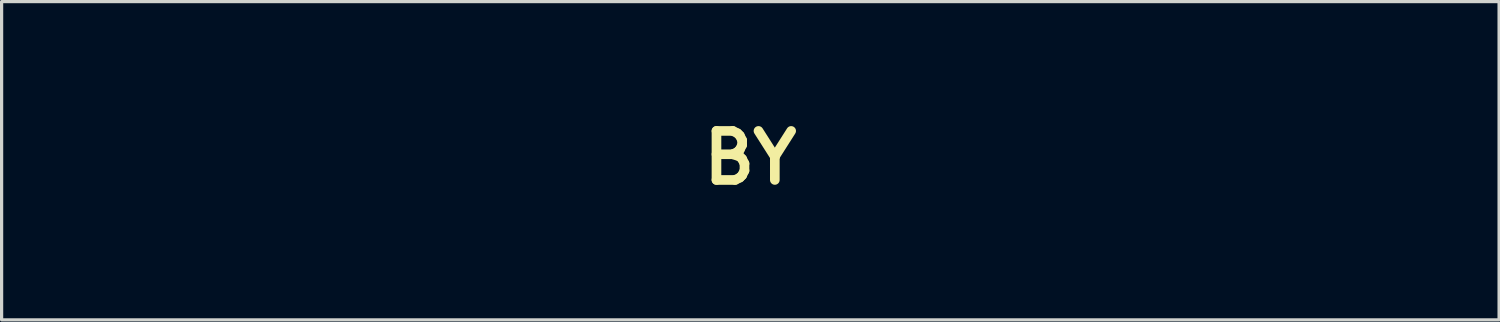
<source format=kicad_pcb>
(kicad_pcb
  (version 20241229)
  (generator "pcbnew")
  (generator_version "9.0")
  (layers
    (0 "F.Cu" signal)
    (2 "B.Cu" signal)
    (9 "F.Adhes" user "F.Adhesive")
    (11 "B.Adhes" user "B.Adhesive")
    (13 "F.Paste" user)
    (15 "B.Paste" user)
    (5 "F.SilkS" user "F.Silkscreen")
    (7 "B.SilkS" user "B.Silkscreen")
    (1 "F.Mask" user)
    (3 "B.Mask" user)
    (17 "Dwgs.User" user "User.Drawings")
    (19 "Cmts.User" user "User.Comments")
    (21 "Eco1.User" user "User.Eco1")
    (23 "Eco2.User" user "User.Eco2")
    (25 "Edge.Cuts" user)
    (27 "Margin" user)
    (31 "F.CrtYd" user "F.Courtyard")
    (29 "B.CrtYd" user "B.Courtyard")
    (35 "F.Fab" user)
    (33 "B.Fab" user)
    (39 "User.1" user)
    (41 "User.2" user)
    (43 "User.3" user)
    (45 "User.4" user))
  (footprint "BY"
    (layer "F.Cu")
    (at 20.277 1.855)
    (property "Reference" "BY" (at 0 0 0) (layer "F.SilkS") (effects (font (size 1.524 1.524) (thickness 0.3))))
    (attr through_hole)
    (fp_poly (pts (xy -19.027 2.032) (xy -19.235 2.032) (xy -19.235 0.462) (xy -19.027 0.462) (xy -19.027 2.032)) (stroke (width 0.01) (type solid)) (fill yes) (layer "F.Mask"))
    (fp_poly (pts (xy 1.732 2.032) (xy 1.524 2.032) (xy 1.524 0.462) (xy 1.732 0.462) (xy 1.732 2.032)) (stroke (width 0.01) (type solid)) (fill yes) (layer "F.Mask"))
    (fp_poly (pts (xy 2.009 -0.277) (xy 1.801 -0.277) (xy 1.801 -1.847) (xy 2.009 -1.847) (xy 2.009 -0.277)) (stroke (width 0.01) (type solid)) (fill yes) (layer "F.Mask"))
    (fp_poly (pts (xy 2.494 -0.277) (xy 2.286 -0.277) (xy 2.286 -1.847) (xy 2.494 -1.847) (xy 2.494 -0.277)) (stroke (width 0.01) (type solid)) (fill yes) (layer "F.Mask"))
    (fp_poly (pts (xy 9.144 2.032) (xy 8.936 2.032) (xy 8.936 0.462) (xy 9.144 0.462) (xy 9.144 2.032)) (stroke (width 0.01) (type solid)) (fill yes) (layer "F.Mask"))
    (fp_poly (pts (xy 16.302 2.032) (xy 16.094 2.032) (xy 16.094 0.462) (xy 16.302 0.462) (xy 16.302 2.032)) (stroke (width 0.01) (type solid)) (fill yes) (layer "F.Mask"))
    (fp_poly (pts (xy 2.217 1.87) (xy 2.609 1.87) (xy 2.609 2.032) (xy 1.986 2.032) (xy 1.986 0.462) (xy 2.217 0.462) (xy 2.217 1.87)) (stroke (width 0.01) (type solid)) (fill yes) (layer "F.Mask"))
    (fp_poly (pts (xy 3.371 0.623) (xy 3.094 0.623) (xy 3.094 2.032) (xy 2.863 2.032) (xy 2.863 0.623) (xy 2.586 0.623) (xy 2.586 0.462) (xy 3.371 0.462) (xy 3.371 0.623)) (stroke (width 0.01) (type solid)) (fill yes) (layer "F.Mask"))
    (fp_poly (pts (xy 7.805 0.623) (xy 7.528 0.623) (xy 7.528 2.032) (xy 7.297 2.032) (xy 7.297 0.623) (xy 7.02 0.623) (xy 7.02 0.462) (xy 7.805 0.462) (xy 7.805 0.623)) (stroke (width 0.01) (type solid)) (fill yes) (layer "F.Mask"))
    (fp_poly (pts (xy 10.968 0.623) (xy 10.691 0.623) (xy 10.691 2.032) (xy 10.46 2.032) (xy 10.46 0.623) (xy 10.183 0.623) (xy 10.183 0.462) (xy 10.968 0.462) (xy 10.968 0.623)) (stroke (width 0.01) (type solid)) (fill yes) (layer "F.Mask"))
    (fp_poly (pts (xy -6.558 0.623) (xy -6.927 0.623) (xy -6.927 1.131) (xy -6.627 1.131) (xy -6.627 1.293) (xy -6.927 1.293) (xy -6.927 2.032) (xy -7.158 2.032) (xy -7.158 0.462) (xy -6.558 0.462) (xy -6.558 0.623)) (stroke (width 0.01) (type solid)) (fill yes) (layer "F.Mask"))
    (fp_poly (pts (xy -1.547 1.131) (xy -1.155 1.131) (xy -1.155 0.462) (xy -0.947 0.462) (xy -0.947 2.032) (xy -1.155 2.032) (xy -1.155 1.293) (xy -1.547 1.293) (xy -1.547 2.032) (xy -1.778 2.032) (xy -1.778 0.462) (xy -1.547 0.462) (xy -1.547 1.131)) (stroke (width 0.01) (type solid)) (fill yes) (layer "F.Mask"))
    (fp_poly (pts (xy -2.942 0.623) (xy -3.327 0.623) (xy -3.314 1.143) (xy -3.166 1.146) (xy -3.018 1.148) (xy -3.016 1.221) (xy -3.013 1.293) (xy -3.169 1.293) (xy -3.325 1.293) (xy -3.325 1.87) (xy -2.933 1.87) (xy -2.933 2.032) (xy -3.556 2.032) (xy -3.556 0.462) (xy -2.961 0.462) (xy -2.942 0.623)) (stroke (width 0.01) (type solid)) (fill yes) (layer "F.Mask"))
    (fp_poly (pts (xy -16.291 0.154) (xy -16.345 0.25) (xy -16.383 0.312) (xy -16.411 0.348) (xy -16.437 0.365) (xy -16.466 0.369) (xy -16.477 0.369) (xy -16.531 0.369) (xy -16.494 0.248) (xy -16.47 0.168) (xy -16.45 0.097) (xy -16.442 0.069) (xy -16.426 0.033) (xy -16.394 0.014) (xy -16.332 0.006) (xy -16.315 0.004) (xy -16.204 -0.003) (xy -16.291 0.154)) (stroke (width 0.01) (type solid)) (fill yes) (layer "F.Mask"))
    (fp_poly (pts (xy 6.432 1.041) (xy 6.489 1.099) (xy 6.408 1.177) (xy 6.327 1.256) (xy 6.412 1.344) (xy 6.497 1.431) (xy 6.442 1.489) (xy 6.387 1.548) (xy 6.299 1.462) (xy 6.211 1.376) (xy 6.123 1.462) (xy 6.036 1.548) (xy 5.981 1.489) (xy 5.926 1.431) (xy 6.096 1.256) (xy 6.015 1.177) (xy 5.934 1.099) (xy 5.991 1.041) (xy 6.049 0.983) (xy 6.13 1.062) (xy 6.211 1.141) (xy 6.293 1.062) (xy 6.374 0.983) (xy 6.432 1.041)) (stroke (width 0.01) (type solid)) (fill yes) (layer "F.Mask"))
    (fp_poly (pts (xy -7.862 1.041) (xy -7.804 1.099) (xy -7.885 1.177) (xy -7.967 1.256) (xy -7.881 1.344) (xy -7.796 1.431) (xy -7.851 1.489) (xy -7.906 1.548) (xy -7.994 1.462) (xy -8.082 1.376) (xy -8.17 1.462) (xy -8.258 1.548) (xy -8.313 1.489) (xy -8.368 1.431) (xy -8.282 1.344) (xy -8.197 1.256) (xy -8.278 1.177) (xy -8.36 1.099) (xy -8.302 1.041) (xy -8.244 0.983) (xy -8.163 1.062) (xy -8.082 1.141) (xy -8.001 1.062) (xy -7.919 0.983) (xy -7.862 1.041)) (stroke (width 0.01) (type solid)) (fill yes) (layer "F.Mask"))
    (fp_poly (pts (xy 19.845 0.929) (xy 19.905 1.067) (xy 19.959 1.19) (xy 20.006 1.294) (xy 20.041 1.37) (xy 20.063 1.412) (xy 20.068 1.419) (xy 20.075 1.405) (xy 20.081 1.347) (xy 20.085 1.25) (xy 20.088 1.116) (xy 20.089 0.951) (xy 20.089 0.462) (xy 20.274 0.462) (xy 20.274 2.032) (xy 20.124 2.032) (xy 19.916 1.533) (xy 19.856 1.392) (xy 19.802 1.265) (xy 19.755 1.159) (xy 19.72 1.08) (xy 19.697 1.034) (xy 19.691 1.024) (xy 19.686 1.043) (xy 19.681 1.101) (xy 19.678 1.193) (xy 19.675 1.312) (xy 19.674 1.452) (xy 19.673 1.523) (xy 19.673 2.032) (xy 19.489 2.032) (xy 19.489 0.462) (xy 19.645 0.462) (xy 19.845 0.929)) (stroke (width 0.01) (type solid)) (fill yes) (layer "F.Mask"))
    (fp_poly (pts (xy -12.482 0.929) (xy -12.422 1.067) (xy -12.368 1.19) (xy -12.321 1.294) (xy -12.286 1.37) (xy -12.264 1.412) (xy -12.26 1.419) (xy -12.252 1.405) (xy -12.246 1.347) (xy -12.242 1.25) (xy -12.239 1.116) (xy -12.238 0.951) (xy -12.238 0.462) (xy -12.053 0.462) (xy -12.053 2.032) (xy -12.129 2.032) (xy -12.204 2.032) (xy -12.411 1.533) (xy -12.471 1.392) (xy -12.525 1.265) (xy -12.572 1.159) (xy -12.608 1.08) (xy -12.63 1.034) (xy -12.636 1.024) (xy -12.642 1.043) (xy -12.646 1.101) (xy -12.65 1.193) (xy -12.652 1.312) (xy -12.654 1.452) (xy -12.654 1.523) (xy -12.654 2.032) (xy -12.839 2.032) (xy -12.839 0.462) (xy -12.682 0.462) (xy -12.482 0.929)) (stroke (width 0.01) (type solid)) (fill yes) (layer "F.Mask"))
    (fp_poly (pts (xy 4.859 0.929) (xy 4.919 1.067) (xy 4.973 1.19) (xy 5.02 1.294) (xy 5.055 1.37) (xy 5.077 1.412) (xy 5.082 1.419) (xy 5.089 1.405) (xy 5.095 1.347) (xy 5.099 1.25) (xy 5.102 1.116) (xy 5.103 0.951) (xy 5.103 0.462) (xy 5.288 0.462) (xy 5.288 2.032) (xy 5.138 2.032) (xy 4.93 1.533) (xy 4.87 1.392) (xy 4.816 1.265) (xy 4.769 1.159) (xy 4.733 1.079) (xy 4.71 1.033) (xy 4.704 1.024) (xy 4.699 1.042) (xy 4.694 1.101) (xy 4.691 1.192) (xy 4.689 1.311) (xy 4.688 1.45) (xy 4.688 1.516) (xy 4.691 2.02) (xy 4.597 2.028) (xy 4.503 2.035) (xy 4.503 0.462) (xy 4.659 0.462) (xy 4.859 0.929)) (stroke (width 0.01) (type solid)) (fill yes) (layer "F.Mask"))
    (fp_poly (pts (xy 16.89 0.929) (xy 16.949 1.067) (xy 17.004 1.19) (xy 17.05 1.294) (xy 17.086 1.37) (xy 17.108 1.412) (xy 17.112 1.419) (xy 17.119 1.405) (xy 17.125 1.347) (xy 17.13 1.25) (xy 17.133 1.116) (xy 17.133 0.951) (xy 17.133 0.462) (xy 17.318 0.462) (xy 17.318 2.032) (xy 17.243 2.032) (xy 17.168 2.032) (xy 16.96 1.533) (xy 16.901 1.392) (xy 16.846 1.265) (xy 16.8 1.159) (xy 16.764 1.08) (xy 16.741 1.034) (xy 16.735 1.024) (xy 16.73 1.043) (xy 16.726 1.101) (xy 16.722 1.193) (xy 16.719 1.312) (xy 16.718 1.452) (xy 16.718 1.523) (xy 16.718 2.032) (xy 16.533 2.032) (xy 16.533 0.462) (xy 16.689 0.462) (xy 16.89 0.929)) (stroke (width 0.01) (type solid)) (fill yes) (layer "F.Mask"))
    (fp_poly (pts (xy -15.53 0.929) (xy -15.47 1.067) (xy -15.416 1.19) (xy -15.369 1.294) (xy -15.334 1.37) (xy -15.312 1.412) (xy -15.308 1.419) (xy -15.3 1.405) (xy -15.294 1.347) (xy -15.29 1.25) (xy -15.287 1.116) (xy -15.286 0.951) (xy -15.286 0.462) (xy -15.101 0.462) (xy -15.101 2.032) (xy -15.177 2.032) (xy -15.252 2.032) (xy -15.459 1.533) (xy -15.519 1.392) (xy -15.573 1.265) (xy -15.62 1.159) (xy -15.656 1.079) (xy -15.679 1.033) (xy -15.685 1.024) (xy -15.69 1.042) (xy -15.695 1.101) (xy -15.698 1.192) (xy -15.7 1.311) (xy -15.701 1.45) (xy -15.701 1.516) (xy -15.698 2.02) (xy -15.792 2.028) (xy -15.887 2.035) (xy -15.887 0.462) (xy -15.73 0.462) (xy -15.53 0.929)) (stroke (width 0.01) (type solid)) (fill yes) (layer "F.Mask"))
    (fp_poly (pts (xy -11.466 0.929) (xy -11.406 1.067) (xy -11.352 1.19) (xy -11.305 1.294) (xy -11.27 1.37) (xy -11.248 1.412) (xy -11.244 1.419) (xy -11.236 1.405) (xy -11.23 1.347) (xy -11.226 1.25) (xy -11.223 1.116) (xy -11.222 0.951) (xy -11.222 0.462) (xy -11.037 0.462) (xy -11.037 2.032) (xy -11.113 2.032) (xy -11.188 2.032) (xy -11.395 1.533) (xy -11.455 1.392) (xy -11.509 1.265) (xy -11.556 1.159) (xy -11.592 1.079) (xy -11.615 1.033) (xy -11.621 1.024) (xy -11.626 1.042) (xy -11.631 1.101) (xy -11.634 1.192) (xy -11.636 1.311) (xy -11.637 1.45) (xy -11.637 1.516) (xy -11.634 2.02) (xy -11.728 2.028) (xy -11.823 2.035) (xy -11.823 0.462) (xy -11.666 0.462) (xy -11.466 0.929)) (stroke (width 0.01) (type solid)) (fill yes) (layer "F.Mask"))
    (fp_poly (pts (xy 12.364 0.929) (xy 12.424 1.067) (xy 12.478 1.19) (xy 12.524 1.294) (xy 12.56 1.37) (xy 12.582 1.412) (xy 12.586 1.419) (xy 12.593 1.405) (xy 12.599 1.347) (xy 12.604 1.25) (xy 12.607 1.116) (xy 12.608 0.951) (xy 12.608 0.462) (xy 12.792 0.462) (xy 12.792 2.032) (xy 12.717 2.032) (xy 12.642 2.032) (xy 12.434 1.533) (xy 12.375 1.392) (xy 12.32 1.265) (xy 12.274 1.159) (xy 12.238 1.079) (xy 12.215 1.033) (xy 12.209 1.024) (xy 12.203 1.042) (xy 12.199 1.101) (xy 12.196 1.192) (xy 12.194 1.311) (xy 12.193 1.45) (xy 12.193 1.516) (xy 12.196 2.02) (xy 12.101 2.028) (xy 12.007 2.035) (xy 12.007 0.462) (xy 12.164 0.462) (xy 12.364 0.929)) (stroke (width 0.01) (type solid)) (fill yes) (layer "F.Mask"))
    (fp_poly (pts (xy 1.587 -1.841) (xy 1.615 -1.822) (xy 1.616 -1.818) (xy 1.611 -1.79) (xy 1.597 -1.721) (xy 1.575 -1.619) (xy 1.547 -1.488) (xy 1.513 -1.334) (xy 1.475 -1.162) (xy 1.448 -1.039) (xy 1.281 -0.289) (xy 1.185 -0.282) (xy 1.12 -0.281) (xy 1.087 -0.296) (xy 1.076 -0.316) (xy 1.069 -0.348) (xy 1.053 -0.417) (xy 1.03 -0.517) (xy 1.002 -0.642) (xy 0.97 -0.785) (xy 0.935 -0.94) (xy 0.899 -1.101) (xy 0.864 -1.26) (xy 0.83 -1.413) (xy 0.8 -1.551) (xy 0.774 -1.669) (xy 0.754 -1.76) (xy 0.742 -1.818) (xy 0.739 -1.836) (xy 0.76 -1.843) (xy 0.812 -1.847) (xy 0.84 -1.847) (xy 0.906 -1.844) (xy 0.939 -1.828) (xy 0.955 -1.795) (xy 0.963 -1.758) (xy 0.98 -1.683) (xy 1.003 -1.577) (xy 1.03 -1.449) (xy 1.061 -1.305) (xy 1.074 -1.248) (xy 1.105 -1.103) (xy 1.133 -0.975) (xy 1.157 -0.869) (xy 1.174 -0.792) (xy 1.185 -0.751) (xy 1.186 -0.746) (xy 1.193 -0.765) (xy 1.207 -0.824) (xy 1.227 -0.916) (xy 1.253 -1.036) (xy 1.282 -1.176) (xy 1.307 -1.293) (xy 1.42 -1.847) (xy 1.518 -1.847) (xy 1.587 -1.841)) (stroke (width 0.01) (type solid)) (fill yes) (layer "F.Mask"))
    (fp_poly (pts (xy -17.565 0.466) (xy -17.418 0.475) (xy -17.309 0.492) (xy -17.227 0.52) (xy -17.163 0.562) (xy -17.108 0.622) (xy -17.102 0.631) (xy -17.075 0.675) (xy -17.061 0.729) (xy -17.055 0.807) (xy -17.054 0.873) (xy -17.06 0.997) (xy -17.08 1.088) (xy -17.117 1.158) (xy -17.173 1.215) (xy -17.23 1.264) (xy -17.134 1.608) (xy -17.1 1.73) (xy -17.069 1.838) (xy -17.045 1.925) (xy -17.03 1.98) (xy -17.026 1.993) (xy -17.024 2.018) (xy -17.045 2.029) (xy -17.097 2.029) (xy -17.125 2.028) (xy -17.236 2.02) (xy -17.319 1.72) (xy -17.352 1.603) (xy -17.381 1.498) (xy -17.404 1.413) (xy -17.417 1.361) (xy -17.419 1.357) (xy -17.437 1.313) (xy -17.473 1.295) (xy -17.515 1.293) (xy -17.595 1.293) (xy -17.595 2.032) (xy -17.826 2.032) (xy -17.826 1.131) (xy -17.595 1.131) (xy -17.49 1.131) (xy -17.409 1.124) (xy -17.351 1.095) (xy -17.329 1.075) (xy -17.295 1.033) (xy -17.278 0.984) (xy -17.272 0.91) (xy -17.272 0.881) (xy -17.28 0.771) (xy -17.309 0.698) (xy -17.364 0.654) (xy -17.451 0.632) (xy -17.476 0.629) (xy -17.595 0.618) (xy -17.595 1.131) (xy -17.826 1.131) (xy -17.826 0.456) (xy -17.565 0.466)) (stroke (width 0.01) (type solid)) (fill yes) (layer "F.Mask"))
    (fp_poly (pts (xy -9.529 0.466) (xy -9.383 0.475) (xy -9.273 0.492) (xy -9.191 0.52) (xy -9.127 0.562) (xy -9.072 0.622) (xy -9.066 0.631) (xy -9.04 0.675) (xy -9.025 0.729) (xy -9.019 0.807) (xy -9.018 0.873) (xy -9.024 0.997) (xy -9.044 1.088) (xy -9.082 1.158) (xy -9.137 1.215) (xy -9.195 1.264) (xy -9.098 1.608) (xy -9.064 1.73) (xy -9.034 1.838) (xy -9.009 1.925) (xy -8.994 1.98) (xy -8.99 1.993) (xy -8.989 2.018) (xy -9.009 2.029) (xy -9.061 2.029) (xy -9.089 2.028) (xy -9.2 2.02) (xy -9.284 1.72) (xy -9.316 1.603) (xy -9.345 1.498) (xy -9.368 1.413) (xy -9.382 1.361) (xy -9.383 1.357) (xy -9.401 1.313) (xy -9.437 1.295) (xy -9.479 1.293) (xy -9.56 1.293) (xy -9.56 2.032) (xy -9.791 2.032) (xy -9.791 1.131) (xy -9.56 1.131) (xy -9.455 1.131) (xy -9.373 1.124) (xy -9.316 1.095) (xy -9.293 1.075) (xy -9.26 1.033) (xy -9.242 0.984) (xy -9.237 0.91) (xy -9.236 0.881) (xy -9.245 0.771) (xy -9.273 0.698) (xy -9.328 0.654) (xy -9.415 0.632) (xy -9.44 0.629) (xy -9.56 0.618) (xy -9.56 1.131) (xy -9.791 1.131) (xy -9.791 0.456) (xy -9.529 0.466)) (stroke (width 0.01) (type solid)) (fill yes) (layer "F.Mask"))
    (fp_poly (pts (xy -6.158 0.466) (xy -6.012 0.475) (xy -5.902 0.492) (xy -5.82 0.52) (xy -5.756 0.562) (xy -5.701 0.622) (xy -5.695 0.631) (xy -5.669 0.675) (xy -5.654 0.729) (xy -5.648 0.807) (xy -5.647 0.873) (xy -5.653 0.997) (xy -5.673 1.088) (xy -5.71 1.158) (xy -5.766 1.215) (xy -5.823 1.264) (xy -5.727 1.608) (xy -5.693 1.73) (xy -5.662 1.838) (xy -5.638 1.925) (xy -5.623 1.98) (xy -5.619 1.993) (xy -5.617 2.018) (xy -5.638 2.029) (xy -5.69 2.029) (xy -5.718 2.028) (xy -5.829 2.02) (xy -5.912 1.72) (xy -5.945 1.603) (xy -5.974 1.498) (xy -5.997 1.413) (xy -6.011 1.361) (xy -6.012 1.357) (xy -6.03 1.313) (xy -6.066 1.295) (xy -6.108 1.293) (xy -6.188 1.293) (xy -6.188 2.032) (xy -6.419 2.032) (xy -6.419 1.131) (xy -6.188 1.131) (xy -6.083 1.131) (xy -6.002 1.124) (xy -5.944 1.095) (xy -5.922 1.075) (xy -5.888 1.033) (xy -5.871 0.984) (xy -5.865 0.91) (xy -5.865 0.881) (xy -5.873 0.771) (xy -5.902 0.698) (xy -5.957 0.654) (xy -6.044 0.632) (xy -6.069 0.629) (xy -6.188 0.618) (xy -6.188 1.131) (xy -6.419 1.131) (xy -6.419 0.456) (xy -6.158 0.466)) (stroke (width 0.01) (type solid)) (fill yes) (layer "F.Mask"))
    (fp_poly (pts (xy -2.509 0.466) (xy -2.363 0.475) (xy -2.254 0.492) (xy -2.172 0.52) (xy -2.108 0.562) (xy -2.053 0.622) (xy -2.046 0.631) (xy -2.02 0.675) (xy -2.005 0.729) (xy -1.999 0.807) (xy -1.999 0.873) (xy -2.005 0.997) (xy -2.024 1.088) (xy -2.062 1.158) (xy -2.117 1.215) (xy -2.175 1.264) (xy -2.079 1.608) (xy -2.045 1.73) (xy -2.014 1.838) (xy -1.99 1.925) (xy -1.974 1.98) (xy -1.971 1.993) (xy -1.969 2.018) (xy -1.989 2.029) (xy -2.042 2.029) (xy -2.07 2.028) (xy -2.18 2.02) (xy -2.264 1.72) (xy -2.296 1.603) (xy -2.325 1.498) (xy -2.348 1.413) (xy -2.362 1.361) (xy -2.363 1.357) (xy -2.382 1.313) (xy -2.417 1.295) (xy -2.46 1.293) (xy -2.54 1.293) (xy -2.54 2.032) (xy -2.771 2.032) (xy -2.771 1.131) (xy -2.54 1.131) (xy -2.435 1.131) (xy -2.354 1.124) (xy -2.296 1.095) (xy -2.273 1.075) (xy -2.24 1.033) (xy -2.223 0.984) (xy -2.217 0.91) (xy -2.217 0.881) (xy -2.225 0.771) (xy -2.253 0.698) (xy -2.308 0.654) (xy -2.395 0.632) (xy -2.42 0.629) (xy -2.54 0.618) (xy -2.54 1.131) (xy -2.771 1.131) (xy -2.771 0.456) (xy -2.509 0.466)) (stroke (width 0.01) (type solid)) (fill yes) (layer "F.Mask"))
    (fp_poly (pts (xy 8.182 0.466) (xy 8.328 0.475) (xy 8.437 0.492) (xy 8.519 0.52) (xy 8.583 0.562) (xy 8.638 0.622) (xy 8.645 0.631) (xy 8.671 0.675) (xy 8.686 0.729) (xy 8.692 0.807) (xy 8.692 0.873) (xy 8.686 0.997) (xy 8.667 1.088) (xy 8.629 1.158) (xy 8.574 1.215) (xy 8.516 1.264) (xy 8.612 1.608) (xy 8.647 1.73) (xy 8.677 1.838) (xy 8.701 1.925) (xy 8.717 1.98) (xy 8.72 1.993) (xy 8.722 2.018) (xy 8.702 2.029) (xy 8.649 2.029) (xy 8.622 2.028) (xy 8.511 2.02) (xy 8.427 1.72) (xy 8.395 1.603) (xy 8.366 1.498) (xy 8.343 1.413) (xy 8.329 1.361) (xy 8.328 1.357) (xy 8.309 1.313) (xy 8.274 1.295) (xy 8.231 1.293) (xy 8.151 1.293) (xy 8.151 2.032) (xy 7.92 2.032) (xy 7.92 1.131) (xy 8.151 1.131) (xy 8.256 1.131) (xy 8.337 1.124) (xy 8.395 1.095) (xy 8.418 1.075) (xy 8.451 1.033) (xy 8.468 0.984) (xy 8.474 0.91) (xy 8.474 0.881) (xy 8.466 0.771) (xy 8.438 0.698) (xy 8.383 0.654) (xy 8.296 0.632) (xy 8.271 0.629) (xy 8.151 0.618) (xy 8.151 1.131) (xy 7.92 1.131) (xy 7.92 0.456) (xy 8.182 0.466)) (stroke (width 0.01) (type solid)) (fill yes) (layer "F.Mask"))
    (fp_poly (pts (xy 13.285 0.466) (xy 13.431 0.475) (xy 13.54 0.492) (xy 13.623 0.52) (xy 13.686 0.562) (xy 13.742 0.622) (xy 13.748 0.631) (xy 13.774 0.675) (xy 13.789 0.729) (xy 13.795 0.807) (xy 13.796 0.873) (xy 13.789 0.997) (xy 13.77 1.088) (xy 13.732 1.158) (xy 13.677 1.215) (xy 13.619 1.264) (xy 13.715 1.608) (xy 13.75 1.73) (xy 13.78 1.838) (xy 13.804 1.925) (xy 13.82 1.98) (xy 13.824 1.993) (xy 13.825 2.018) (xy 13.805 2.029) (xy 13.752 2.029) (xy 13.725 2.028) (xy 13.614 2.02) (xy 13.53 1.72) (xy 13.498 1.603) (xy 13.469 1.498) (xy 13.446 1.413) (xy 13.432 1.361) (xy 13.431 1.357) (xy 13.413 1.313) (xy 13.377 1.295) (xy 13.335 1.293) (xy 13.254 1.293) (xy 13.254 2.032) (xy 13.023 2.032) (xy 13.023 1.131) (xy 13.254 1.131) (xy 13.359 1.131) (xy 13.44 1.124) (xy 13.498 1.095) (xy 13.521 1.075) (xy 13.554 1.033) (xy 13.571 0.984) (xy 13.577 0.91) (xy 13.577 0.881) (xy 13.569 0.771) (xy 13.541 0.698) (xy 13.486 0.654) (xy 13.399 0.632) (xy 13.374 0.629) (xy 13.254 0.618) (xy 13.254 1.131) (xy 13.023 1.131) (xy 13.023 0.456) (xy 13.285 0.466)) (stroke (width 0.01) (type solid)) (fill yes) (layer "F.Mask"))
    (fp_poly (pts (xy -2.287 -1.287) (xy -2.245 -1.093) (xy -2.212 -0.94) (xy -2.187 -0.823) (xy -2.168 -0.738) (xy -2.154 -0.681) (xy -2.145 -0.646) (xy -2.139 -0.631) (xy -2.134 -0.629) (xy -2.131 -0.638) (xy -2.127 -0.652) (xy -2.124 -0.659) (xy -2.115 -0.694) (xy -2.098 -0.766) (xy -2.074 -0.871) (xy -2.045 -1.001) (xy -2.013 -1.149) (xy -1.985 -1.276) (xy -1.862 -1.847) (xy -1.639 -1.847) (xy -1.639 -1.46) (xy -1.638 -1.292) (xy -1.635 -1.098) (xy -1.631 -0.9) (xy -1.626 -0.719) (xy -1.624 -0.675) (xy -1.609 -0.277) (xy -1.801 -0.277) (xy -1.801 -0.812) (xy -1.802 -0.963) (xy -1.803 -1.096) (xy -1.806 -1.205) (xy -1.809 -1.284) (xy -1.813 -1.327) (xy -1.815 -1.333) (xy -1.825 -1.307) (xy -1.842 -1.243) (xy -1.867 -1.146) (xy -1.897 -1.025) (xy -1.93 -0.884) (xy -1.949 -0.803) (xy -2.068 -0.289) (xy -2.204 -0.289) (xy -2.321 -0.801) (xy -2.355 -0.949) (xy -2.387 -1.082) (xy -2.414 -1.192) (xy -2.436 -1.275) (xy -2.45 -1.322) (xy -2.454 -1.33) (xy -2.459 -1.313) (xy -2.463 -1.256) (xy -2.466 -1.165) (xy -2.469 -1.046) (xy -2.47 -0.906) (xy -2.471 -0.812) (xy -2.471 -0.277) (xy -2.663 -0.277) (xy -2.648 -0.731) (xy -2.643 -0.901) (xy -2.638 -1.084) (xy -2.635 -1.262) (xy -2.633 -1.422) (xy -2.632 -1.516) (xy -2.632 -1.847) (xy -2.408 -1.847) (xy -2.287 -1.287)) (stroke (width 0.01) (type solid)) (fill yes) (layer "F.Mask"))
    (fp_poly (pts (xy -1.017 -1.287) (xy -0.975 -1.093) (xy -0.942 -0.94) (xy -0.917 -0.823) (xy -0.898 -0.738) (xy -0.884 -0.681) (xy -0.875 -0.646) (xy -0.869 -0.631) (xy -0.864 -0.629) (xy -0.861 -0.638) (xy -0.857 -0.652) (xy -0.854 -0.659) (xy -0.845 -0.694) (xy -0.828 -0.766) (xy -0.804 -0.871) (xy -0.775 -1.001) (xy -0.743 -1.149) (xy -0.715 -1.276) (xy -0.592 -1.847) (xy -0.369 -1.847) (xy -0.369 -1.46) (xy -0.368 -1.292) (xy -0.365 -1.098) (xy -0.361 -0.9) (xy -0.356 -0.719) (xy -0.354 -0.675) (xy -0.339 -0.277) (xy -0.531 -0.277) (xy -0.531 -0.812) (xy -0.532 -0.963) (xy -0.533 -1.096) (xy -0.536 -1.205) (xy -0.539 -1.284) (xy -0.543 -1.327) (xy -0.545 -1.333) (xy -0.555 -1.307) (xy -0.572 -1.243) (xy -0.597 -1.146) (xy -0.627 -1.025) (xy -0.66 -0.884) (xy -0.679 -0.803) (xy -0.798 -0.289) (xy -0.934 -0.289) (xy -1.051 -0.801) (xy -1.085 -0.949) (xy -1.117 -1.082) (xy -1.144 -1.192) (xy -1.166 -1.275) (xy -1.18 -1.322) (xy -1.184 -1.33) (xy -1.189 -1.313) (xy -1.193 -1.256) (xy -1.196 -1.165) (xy -1.199 -1.046) (xy -1.2 -0.906) (xy -1.201 -0.812) (xy -1.201 -0.277) (xy -1.393 -0.277) (xy -1.378 -0.731) (xy -1.373 -0.901) (xy -1.368 -1.084) (xy -1.365 -1.262) (xy -1.363 -1.422) (xy -1.362 -1.516) (xy -1.362 -1.847) (xy -1.138 -1.847) (xy -1.017 -1.287)) (stroke (width 0.01) (type solid)) (fill yes) (layer "F.Mask"))
    (fp_poly (pts (xy 0.599 1.022) (xy 0.641 1.216) (xy 0.674 1.369) (xy 0.699 1.486) (xy 0.718 1.571) (xy 0.732 1.628) (xy 0.741 1.663) (xy 0.748 1.678) (xy 0.752 1.68) (xy 0.756 1.671) (xy 0.759 1.657) (xy 0.762 1.65) (xy 0.771 1.615) (xy 0.788 1.543) (xy 0.812 1.438) (xy 0.841 1.308) (xy 0.874 1.16) (xy 0.901 1.033) (xy 1.024 0.462) (xy 1.247 0.462) (xy 1.247 0.849) (xy 1.248 1.017) (xy 1.251 1.211) (xy 1.255 1.409) (xy 1.261 1.59) (xy 1.262 1.634) (xy 1.277 2.032) (xy 1.085 2.032) (xy 1.085 1.497) (xy 1.085 1.346) (xy 1.083 1.213) (xy 1.08 1.104) (xy 1.077 1.025) (xy 1.073 0.982) (xy 1.071 0.977) (xy 1.062 1.002) (xy 1.044 1.066) (xy 1.02 1.163) (xy 0.99 1.284) (xy 0.956 1.425) (xy 0.938 1.506) (xy 0.819 2.02) (xy 0.683 2.02) (xy 0.566 1.508) (xy 0.532 1.36) (xy 0.5 1.228) (xy 0.472 1.117) (xy 0.45 1.034) (xy 0.436 0.987) (xy 0.432 0.979) (xy 0.428 0.996) (xy 0.423 1.053) (xy 0.42 1.144) (xy 0.417 1.263) (xy 0.416 1.403) (xy 0.416 1.497) (xy 0.416 2.032) (xy 0.224 2.032) (xy 0.239 1.578) (xy 0.244 1.408) (xy 0.248 1.226) (xy 0.252 1.047) (xy 0.254 0.887) (xy 0.254 0.793) (xy 0.254 0.462) (xy 0.478 0.462) (xy 0.599 1.022)) (stroke (width 0.01) (type solid)) (fill yes) (layer "F.Mask"))
    (fp_poly (pts (xy 0.01 -1.836) (xy 0.116 -1.588) (xy 0.159 -1.489) (xy 0.196 -1.407) (xy 0.223 -1.35) (xy 0.235 -1.328) (xy 0.247 -1.343) (xy 0.272 -1.394) (xy 0.306 -1.473) (xy 0.345 -1.572) (xy 0.348 -1.581) (xy 0.449 -1.847) (xy 0.548 -1.847) (xy 0.608 -1.843) (xy 0.643 -1.832) (xy 0.647 -1.826) (xy 0.638 -1.799) (xy 0.614 -1.737) (xy 0.578 -1.647) (xy 0.532 -1.538) (xy 0.496 -1.455) (xy 0.446 -1.336) (xy 0.403 -1.232) (xy 0.37 -1.15) (xy 0.351 -1.097) (xy 0.346 -1.082) (xy 0.355 -1.054) (xy 0.379 -0.991) (xy 0.416 -0.901) (xy 0.462 -0.79) (xy 0.508 -0.681) (xy 0.56 -0.559) (xy 0.605 -0.451) (xy 0.64 -0.366) (xy 0.663 -0.31) (xy 0.67 -0.29) (xy 0.649 -0.282) (xy 0.597 -0.278) (xy 0.568 -0.277) (xy 0.467 -0.277) (xy 0.351 -0.548) (xy 0.306 -0.649) (xy 0.266 -0.732) (xy 0.235 -0.789) (xy 0.217 -0.811) (xy 0.215 -0.811) (xy 0.2 -0.787) (xy 0.174 -0.729) (xy 0.139 -0.645) (xy 0.101 -0.546) (xy 0.006 -0.289) (xy -0.101 -0.282) (xy -0.164 -0.279) (xy -0.202 -0.281) (xy -0.208 -0.283) (xy -0.2 -0.306) (xy -0.177 -0.365) (xy -0.142 -0.453) (xy -0.098 -0.564) (xy -0.047 -0.69) (xy -0.046 -0.694) (xy 0.116 -1.096) (xy 0.032 -1.293) (xy -0.019 -1.41) (xy -0.074 -1.539) (xy -0.123 -1.654) (xy -0.13 -1.67) (xy -0.207 -1.85) (xy 0.01 -1.836)) (stroke (width 0.01) (type solid)) (fill yes) (layer "F.Mask"))
    (fp_poly (pts (xy 15.327 0.466) (xy 15.476 0.474) (xy 15.587 0.489) (xy 15.668 0.513) (xy 15.726 0.551) (xy 15.77 0.606) (xy 15.799 0.664) (xy 15.83 0.768) (xy 15.837 0.879) (xy 15.823 0.985) (xy 15.79 1.077) (xy 15.74 1.143) (xy 15.697 1.167) (xy 15.67 1.179) (xy 15.676 1.195) (xy 15.718 1.223) (xy 15.721 1.225) (xy 15.798 1.291) (xy 15.847 1.383) (xy 15.87 1.506) (xy 15.873 1.582) (xy 15.862 1.728) (xy 15.827 1.84) (xy 15.764 1.923) (xy 15.68 1.98) (xy 15.627 2.004) (xy 15.572 2.019) (xy 15.504 2.028) (xy 15.41 2.031) (xy 15.316 2.032) (xy 15.055 2.032) (xy 15.055 1.293) (xy 15.286 1.293) (xy 15.286 1.87) (xy 15.392 1.87) (xy 15.468 1.865) (xy 15.532 1.85) (xy 15.547 1.844) (xy 15.602 1.806) (xy 15.635 1.755) (xy 15.651 1.681) (xy 15.655 1.586) (xy 15.653 1.499) (xy 15.645 1.443) (xy 15.625 1.402) (xy 15.589 1.362) (xy 15.588 1.361) (xy 15.537 1.318) (xy 15.484 1.298) (xy 15.406 1.293) (xy 15.403 1.293) (xy 15.286 1.293) (xy 15.055 1.293) (xy 15.055 1.108) (xy 15.286 1.108) (xy 15.403 1.108) (xy 15.484 1.103) (xy 15.539 1.082) (xy 15.576 1.052) (xy 15.611 1.007) (xy 15.628 0.952) (xy 15.633 0.871) (xy 15.633 0.87) (xy 15.624 0.767) (xy 15.594 0.7) (xy 15.534 0.659) (xy 15.438 0.636) (xy 15.419 0.634) (xy 15.286 0.618) (xy 15.286 1.108) (xy 15.055 1.108) (xy 15.055 0.457) (xy 15.327 0.466)) (stroke (width 0.01) (type solid)) (fill yes) (layer "F.Mask"))
    (fp_poly (pts (xy -19.716 0.476) (xy -19.608 0.519) (xy -19.532 0.595) (xy -19.485 0.704) (xy -19.466 0.849) (xy -19.466 0.885) (xy -19.466 1.039) (xy -19.673 1.039) (xy -19.673 0.888) (xy -19.676 0.801) (xy -19.686 0.744) (xy -19.709 0.704) (xy -19.73 0.68) (xy -19.806 0.632) (xy -19.889 0.627) (xy -19.969 0.665) (xy -19.987 0.681) (xy -20.045 0.739) (xy -20.038 1.261) (xy -20.036 1.429) (xy -20.034 1.557) (xy -20.03 1.651) (xy -20.026 1.717) (xy -20.019 1.761) (xy -20.009 1.79) (xy -19.997 1.809) (xy -19.98 1.824) (xy -19.977 1.826) (xy -19.896 1.865) (xy -19.811 1.862) (xy -19.734 1.817) (xy -19.73 1.814) (xy -19.698 1.775) (xy -19.681 1.73) (xy -19.674 1.664) (xy -19.673 1.606) (xy -19.673 1.455) (xy -19.466 1.455) (xy -19.466 1.585) (xy -19.478 1.74) (xy -19.518 1.861) (xy -19.586 1.954) (xy -19.597 1.964) (xy -19.643 2) (xy -19.686 2.02) (xy -19.742 2.029) (xy -19.826 2.031) (xy -19.842 2.031) (xy -19.932 2.027) (xy -20.008 2.02) (xy -20.056 2.01) (xy -20.056 2.01) (xy -20.127 1.96) (xy -20.191 1.876) (xy -20.238 1.773) (xy -20.251 1.726) (xy -20.262 1.646) (xy -20.269 1.523) (xy -20.272 1.362) (xy -20.27 1.167) (xy -20.27 1.166) (xy -20.267 1.012) (xy -20.264 0.897) (xy -20.259 0.812) (xy -20.252 0.751) (xy -20.241 0.706) (xy -20.227 0.669) (xy -20.208 0.632) (xy -20.207 0.63) (xy -20.141 0.545) (xy -20.057 0.492) (xy -19.945 0.466) (xy -19.858 0.462) (xy -19.716 0.476)) (stroke (width 0.01) (type solid)) (fill yes) (layer "F.Mask"))
    (fp_poly (pts (xy -14.336 0.476) (xy -14.228 0.519) (xy -14.151 0.595) (xy -14.105 0.704) (xy -14.086 0.849) (xy -14.085 0.885) (xy -14.085 1.039) (xy -14.293 1.039) (xy -14.293 0.888) (xy -14.296 0.801) (xy -14.306 0.744) (xy -14.329 0.704) (xy -14.35 0.68) (xy -14.426 0.632) (xy -14.509 0.627) (xy -14.589 0.665) (xy -14.607 0.681) (xy -14.665 0.739) (xy -14.658 1.261) (xy -14.656 1.429) (xy -14.653 1.557) (xy -14.65 1.651) (xy -14.645 1.717) (xy -14.639 1.761) (xy -14.629 1.79) (xy -14.616 1.809) (xy -14.6 1.824) (xy -14.597 1.826) (xy -14.516 1.865) (xy -14.431 1.862) (xy -14.354 1.817) (xy -14.35 1.814) (xy -14.318 1.775) (xy -14.301 1.73) (xy -14.294 1.664) (xy -14.293 1.606) (xy -14.293 1.455) (xy -14.085 1.455) (xy -14.085 1.585) (xy -14.098 1.74) (xy -14.138 1.861) (xy -14.206 1.954) (xy -14.217 1.964) (xy -14.262 2) (xy -14.305 2.02) (xy -14.361 2.029) (xy -14.446 2.031) (xy -14.461 2.031) (xy -14.551 2.027) (xy -14.628 2.02) (xy -14.676 2.01) (xy -14.676 2.01) (xy -14.747 1.96) (xy -14.811 1.876) (xy -14.858 1.773) (xy -14.871 1.726) (xy -14.882 1.646) (xy -14.889 1.523) (xy -14.892 1.362) (xy -14.89 1.167) (xy -14.89 1.166) (xy -14.887 1.012) (xy -14.883 0.897) (xy -14.879 0.812) (xy -14.871 0.751) (xy -14.861 0.706) (xy -14.847 0.669) (xy -14.828 0.632) (xy -14.826 0.63) (xy -14.761 0.545) (xy -14.677 0.492) (xy -14.564 0.466) (xy -14.478 0.462) (xy -14.336 0.476)) (stroke (width 0.01) (type solid)) (fill yes) (layer "F.Mask"))
    (fp_poly (pts (xy -18.379 0.461) (xy -18.326 0.477) (xy -18.302 0.502) (xy -18.292 0.539) (xy -18.276 0.614) (xy -18.252 0.719) (xy -18.225 0.848) (xy -18.193 0.994) (xy -18.16 1.151) (xy -18.126 1.312) (xy -18.093 1.47) (xy -18.062 1.619) (xy -18.035 1.753) (xy -18.013 1.864) (xy -17.997 1.945) (xy -17.989 1.991) (xy -17.988 1.998) (xy -18.003 2.021) (xy -18.053 2.031) (xy -18.088 2.032) (xy -18.189 2.032) (xy -18.221 1.841) (xy -18.253 1.651) (xy -18.401 1.644) (xy -18.496 1.644) (xy -18.553 1.654) (xy -18.566 1.664) (xy -18.578 1.699) (xy -18.593 1.765) (xy -18.61 1.85) (xy -18.612 1.861) (xy -18.641 2.032) (xy -18.742 2.032) (xy -18.81 2.027) (xy -18.84 2.01) (xy -18.842 1.999) (xy -18.838 1.97) (xy -18.825 1.902) (xy -18.805 1.803) (xy -18.779 1.678) (xy -18.75 1.535) (xy -18.733 1.455) (xy -18.535 1.455) (xy -18.521 1.471) (xy -18.48 1.477) (xy -18.413 1.478) (xy -18.34 1.477) (xy -18.302 1.47) (xy -18.291 1.453) (xy -18.295 1.426) (xy -18.304 1.383) (xy -18.319 1.306) (xy -18.338 1.206) (xy -18.358 1.101) (xy -18.378 0.997) (xy -18.396 0.912) (xy -18.409 0.856) (xy -18.416 0.836) (xy -18.416 0.836) (xy -18.422 0.86) (xy -18.435 0.92) (xy -18.452 1.008) (xy -18.471 1.108) (xy -18.492 1.219) (xy -18.51 1.316) (xy -18.524 1.39) (xy -18.531 1.426) (xy -18.535 1.455) (xy -18.733 1.455) (xy -18.717 1.38) (xy -18.684 1.219) (xy -18.65 1.06) (xy -18.618 0.908) (xy -18.588 0.771) (xy -18.563 0.655) (xy -18.544 0.567) (xy -18.531 0.513) (xy -18.528 0.502) (xy -18.498 0.474) (xy -18.443 0.46) (xy -18.379 0.461)) (stroke (width 0.01) (type solid)) (fill yes) (layer "F.Mask"))
    (fp_poly (pts (xy -16.406 0.467) (xy -16.37 0.486) (xy -16.362 0.502) (xy -16.353 0.539) (xy -16.336 0.614) (xy -16.313 0.719) (xy -16.285 0.848) (xy -16.254 0.994) (xy -16.221 1.151) (xy -16.187 1.312) (xy -16.154 1.47) (xy -16.123 1.619) (xy -16.096 1.753) (xy -16.073 1.864) (xy -16.057 1.945) (xy -16.049 1.991) (xy -16.048 1.998) (xy -16.063 2.021) (xy -16.113 2.031) (xy -16.149 2.032) (xy -16.249 2.032) (xy -16.314 1.651) (xy -16.462 1.644) (xy -16.556 1.644) (xy -16.613 1.654) (xy -16.626 1.664) (xy -16.638 1.699) (xy -16.654 1.765) (xy -16.67 1.85) (xy -16.672 1.861) (xy -16.701 2.032) (xy -16.802 2.032) (xy -16.87 2.027) (xy -16.9 2.01) (xy -16.903 1.999) (xy -16.898 1.97) (xy -16.885 1.902) (xy -16.865 1.803) (xy -16.84 1.678) (xy -16.81 1.535) (xy -16.794 1.455) (xy -16.595 1.455) (xy -16.581 1.471) (xy -16.54 1.477) (xy -16.473 1.478) (xy -16.4 1.477) (xy -16.363 1.47) (xy -16.352 1.453) (xy -16.356 1.426) (xy -16.365 1.383) (xy -16.38 1.306) (xy -16.399 1.206) (xy -16.419 1.101) (xy -16.439 0.997) (xy -16.456 0.912) (xy -16.469 0.856) (xy -16.476 0.836) (xy -16.476 0.836) (xy -16.483 0.86) (xy -16.496 0.92) (xy -16.513 1.008) (xy -16.532 1.108) (xy -16.552 1.219) (xy -16.57 1.316) (xy -16.584 1.39) (xy -16.592 1.426) (xy -16.595 1.455) (xy -16.794 1.455) (xy -16.778 1.38) (xy -16.744 1.219) (xy -16.71 1.06) (xy -16.678 0.908) (xy -16.649 0.771) (xy -16.624 0.655) (xy -16.604 0.567) (xy -16.591 0.513) (xy -16.588 0.502) (xy -16.567 0.475) (xy -16.517 0.463) (xy -16.475 0.462) (xy -16.406 0.467)) (stroke (width 0.01) (type solid)) (fill yes) (layer "F.Mask"))
    (fp_poly (pts (xy -4.999 0.467) (xy -4.964 0.486) (xy -4.955 0.502) (xy -4.946 0.539) (xy -4.929 0.614) (xy -4.906 0.719) (xy -4.878 0.848) (xy -4.847 0.994) (xy -4.814 1.151) (xy -4.78 1.312) (xy -4.747 1.47) (xy -4.716 1.619) (xy -4.689 1.753) (xy -4.666 1.864) (xy -4.65 1.945) (xy -4.642 1.991) (xy -4.641 1.998) (xy -4.656 2.021) (xy -4.706 2.031) (xy -4.742 2.032) (xy -4.842 2.032) (xy -4.907 1.651) (xy -5.055 1.644) (xy -5.149 1.644) (xy -5.206 1.654) (xy -5.219 1.664) (xy -5.231 1.699) (xy -5.247 1.765) (xy -5.263 1.85) (xy -5.265 1.861) (xy -5.294 2.032) (xy -5.395 2.032) (xy -5.463 2.027) (xy -5.493 2.01) (xy -5.496 1.999) (xy -5.491 1.97) (xy -5.478 1.902) (xy -5.458 1.803) (xy -5.433 1.678) (xy -5.403 1.535) (xy -5.387 1.455) (xy -5.188 1.455) (xy -5.174 1.471) (xy -5.133 1.477) (xy -5.066 1.478) (xy -4.993 1.477) (xy -4.956 1.47) (xy -4.945 1.453) (xy -4.949 1.426) (xy -4.958 1.383) (xy -4.973 1.306) (xy -4.992 1.206) (xy -5.012 1.101) (xy -5.032 0.997) (xy -5.049 0.912) (xy -5.062 0.856) (xy -5.069 0.836) (xy -5.069 0.836) (xy -5.076 0.86) (xy -5.089 0.92) (xy -5.106 1.008) (xy -5.125 1.108) (xy -5.145 1.219) (xy -5.163 1.316) (xy -5.178 1.39) (xy -5.185 1.426) (xy -5.188 1.455) (xy -5.387 1.455) (xy -5.371 1.38) (xy -5.337 1.219) (xy -5.304 1.06) (xy -5.271 0.908) (xy -5.242 0.771) (xy -5.217 0.655) (xy -5.197 0.567) (xy -5.184 0.513) (xy -5.181 0.502) (xy -5.16 0.475) (xy -5.11 0.463) (xy -5.068 0.462) (xy -4.999 0.467)) (stroke (width 0.01) (type solid)) (fill yes) (layer "F.Mask"))
    (fp_poly (pts (xy 11.488 0.467) (xy 11.523 0.486) (xy 11.532 0.502) (xy 11.541 0.539) (xy 11.558 0.614) (xy 11.581 0.719) (xy 11.609 0.848) (xy 11.64 0.994) (xy 11.673 1.151) (xy 11.707 1.312) (xy 11.74 1.47) (xy 11.771 1.619) (xy 11.798 1.753) (xy 11.821 1.864) (xy 11.837 1.945) (xy 11.845 1.991) (xy 11.846 1.998) (xy 11.831 2.021) (xy 11.781 2.031) (xy 11.745 2.032) (xy 11.645 2.032) (xy 11.58 1.651) (xy 11.432 1.644) (xy 11.338 1.644) (xy 11.281 1.654) (xy 11.268 1.664) (xy 11.256 1.699) (xy 11.24 1.765) (xy 11.224 1.85) (xy 11.222 1.861) (xy 11.193 2.032) (xy 11.092 2.032) (xy 11.024 2.027) (xy 10.994 2.01) (xy 10.991 1.999) (xy 10.996 1.97) (xy 11.009 1.902) (xy 11.029 1.803) (xy 11.054 1.678) (xy 11.084 1.535) (xy 11.1 1.455) (xy 11.299 1.455) (xy 11.313 1.471) (xy 11.353 1.477) (xy 11.421 1.478) (xy 11.494 1.477) (xy 11.531 1.47) (xy 11.542 1.453) (xy 11.538 1.426) (xy 11.529 1.383) (xy 11.514 1.306) (xy 11.495 1.206) (xy 11.475 1.101) (xy 11.455 0.997) (xy 11.438 0.912) (xy 11.425 0.856) (xy 11.418 0.836) (xy 11.418 0.836) (xy 11.411 0.86) (xy 11.398 0.92) (xy 11.381 1.008) (xy 11.362 1.108) (xy 11.342 1.219) (xy 11.324 1.316) (xy 11.309 1.39) (xy 11.302 1.426) (xy 11.299 1.455) (xy 11.1 1.455) (xy 11.116 1.38) (xy 11.15 1.219) (xy 11.183 1.06) (xy 11.216 0.908) (xy 11.245 0.771) (xy 11.27 0.655) (xy 11.29 0.567) (xy 11.303 0.513) (xy 11.305 0.502) (xy 11.327 0.475) (xy 11.377 0.463) (xy 11.418 0.462) (xy 11.488 0.467)) (stroke (width 0.01) (type solid)) (fill yes) (layer "F.Mask"))
    (fp_poly (pts (xy -0.288 0.467) (xy -0.253 0.486) (xy -0.245 0.502) (xy -0.235 0.539) (xy -0.218 0.614) (xy -0.195 0.719) (xy -0.168 0.848) (xy -0.136 0.994) (xy -0.103 1.151) (xy -0.069 1.312) (xy -0.036 1.47) (xy -0.005 1.619) (xy 0.022 1.753) (xy 0.044 1.864) (xy 0.06 1.945) (xy 0.068 1.991) (xy 0.069 1.998) (xy 0.054 2.021) (xy 0.004 2.031) (xy -0.031 2.032) (xy -0.131 2.032) (xy -0.164 1.841) (xy -0.196 1.651) (xy -0.344 1.644) (xy -0.439 1.644) (xy -0.495 1.654) (xy -0.509 1.664) (xy -0.521 1.699) (xy -0.536 1.765) (xy -0.553 1.85) (xy -0.555 1.861) (xy -0.584 2.032) (xy -0.684 2.032) (xy -0.753 2.027) (xy -0.783 2.01) (xy -0.785 1.999) (xy -0.78 1.97) (xy -0.768 1.902) (xy -0.748 1.803) (xy -0.722 1.678) (xy -0.693 1.535) (xy -0.676 1.455) (xy -0.478 1.455) (xy -0.464 1.471) (xy -0.423 1.477) (xy -0.356 1.478) (xy -0.283 1.477) (xy -0.245 1.47) (xy -0.234 1.453) (xy -0.238 1.426) (xy -0.247 1.383) (xy -0.262 1.306) (xy -0.281 1.206) (xy -0.301 1.101) (xy -0.321 0.997) (xy -0.339 0.912) (xy -0.352 0.856) (xy -0.359 0.836) (xy -0.359 0.836) (xy -0.365 0.86) (xy -0.378 0.92) (xy -0.395 1.008) (xy -0.414 1.108) (xy -0.435 1.219) (xy -0.453 1.316) (xy -0.467 1.39) (xy -0.474 1.426) (xy -0.478 1.455) (xy -0.676 1.455) (xy -0.66 1.38) (xy -0.627 1.219) (xy -0.593 1.06) (xy -0.561 0.908) (xy -0.531 0.771) (xy -0.506 0.655) (xy -0.486 0.567) (xy -0.474 0.513) (xy -0.471 0.502) (xy -0.449 0.475) (xy -0.399 0.463) (xy -0.358 0.462) (xy -0.288 0.467)) (stroke (width 0.01) (type solid)) (fill yes) (layer "F.Mask"))
    (fp_poly (pts (xy -3.994 0.482) (xy -3.905 0.518) (xy -3.84 0.581) (xy -3.795 0.663) (xy -3.766 0.762) (xy -3.772 0.832) (xy -3.815 0.875) (xy -3.823 0.878) (xy -3.891 0.898) (xy -3.931 0.888) (xy -3.953 0.846) (xy -3.958 0.822) (xy -3.993 0.722) (xy -4.049 0.656) (xy -4.121 0.627) (xy -4.2 0.638) (xy -4.257 0.671) (xy -4.303 0.724) (xy -4.318 0.793) (xy -4.318 0.804) (xy -4.315 0.839) (xy -4.304 0.872) (xy -4.28 0.911) (xy -4.237 0.961) (xy -4.171 1.028) (xy -4.076 1.121) (xy -4.065 1.131) (xy -3.948 1.246) (xy -3.863 1.339) (xy -3.804 1.419) (xy -3.767 1.492) (xy -3.748 1.567) (xy -3.741 1.651) (xy -3.741 1.674) (xy -3.756 1.811) (xy -3.802 1.913) (xy -3.88 1.983) (xy -3.992 2.022) (xy -4.11 2.032) (xy -4.221 2.025) (xy -4.302 2.004) (xy -4.334 1.987) (xy -4.409 1.918) (xy -4.47 1.816) (xy -4.509 1.694) (xy -4.512 1.68) (xy -4.519 1.621) (xy -4.507 1.591) (xy -4.47 1.571) (xy -4.468 1.57) (xy -4.386 1.548) (xy -4.335 1.556) (xy -4.318 1.593) (xy -4.305 1.668) (xy -4.272 1.747) (xy -4.227 1.813) (xy -4.189 1.844) (xy -4.097 1.868) (xy -4.024 1.851) (xy -3.974 1.796) (xy -3.95 1.705) (xy -3.948 1.668) (xy -3.949 1.626) (xy -3.955 1.59) (xy -3.97 1.556) (xy -4.001 1.515) (xy -4.052 1.461) (xy -4.127 1.386) (xy -4.2 1.316) (xy -4.291 1.227) (xy -4.371 1.144) (xy -4.434 1.076) (xy -4.473 1.028) (xy -4.481 1.016) (xy -4.504 0.941) (xy -4.513 0.843) (xy -4.508 0.742) (xy -4.491 0.655) (xy -4.473 0.616) (xy -4.404 0.536) (xy -4.32 0.488) (xy -4.21 0.467) (xy -4.117 0.467) (xy -3.994 0.482)) (stroke (width 0.01) (type solid)) (fill yes) (layer "F.Mask"))
    (fp_poly (pts (xy 9.884 0.482) (xy 9.973 0.518) (xy 10.038 0.581) (xy 10.082 0.663) (xy 10.112 0.762) (xy 10.106 0.832) (xy 10.063 0.875) (xy 10.055 0.878) (xy 9.986 0.898) (xy 9.946 0.888) (xy 9.925 0.846) (xy 9.92 0.822) (xy 9.885 0.722) (xy 9.828 0.656) (xy 9.757 0.627) (xy 9.677 0.638) (xy 9.62 0.671) (xy 9.574 0.724) (xy 9.56 0.793) (xy 9.56 0.804) (xy 9.562 0.839) (xy 9.573 0.872) (xy 9.598 0.911) (xy 9.641 0.961) (xy 9.707 1.028) (xy 9.802 1.121) (xy 9.813 1.131) (xy 9.93 1.247) (xy 10.016 1.341) (xy 10.075 1.421) (xy 10.113 1.496) (xy 10.133 1.571) (xy 10.14 1.656) (xy 10.14 1.672) (xy 10.126 1.807) (xy 10.078 1.911) (xy 9.997 1.982) (xy 9.883 2.022) (xy 9.767 2.032) (xy 9.657 2.025) (xy 9.576 2.004) (xy 9.543 1.987) (xy 9.469 1.918) (xy 9.408 1.816) (xy 9.368 1.694) (xy 9.365 1.68) (xy 9.358 1.621) (xy 9.37 1.591) (xy 9.408 1.571) (xy 9.41 1.57) (xy 9.492 1.548) (xy 9.543 1.556) (xy 9.56 1.593) (xy 9.573 1.668) (xy 9.606 1.747) (xy 9.65 1.813) (xy 9.689 1.844) (xy 9.78 1.868) (xy 9.853 1.851) (xy 9.903 1.796) (xy 9.928 1.705) (xy 9.929 1.668) (xy 9.929 1.626) (xy 9.923 1.59) (xy 9.907 1.556) (xy 9.877 1.515) (xy 9.826 1.461) (xy 9.751 1.386) (xy 9.678 1.316) (xy 9.587 1.227) (xy 9.507 1.144) (xy 9.443 1.076) (xy 9.404 1.028) (xy 9.396 1.016) (xy 9.374 0.941) (xy 9.365 0.843) (xy 9.369 0.742) (xy 9.387 0.655) (xy 9.405 0.616) (xy 9.473 0.536) (xy 9.557 0.488) (xy 9.667 0.467) (xy 9.76 0.467) (xy 9.884 0.482)) (stroke (width 0.01) (type solid)) (fill yes) (layer "F.Mask"))
    (fp_poly (pts (xy 18.035 0.482) (xy 18.124 0.518) (xy 18.189 0.581) (xy 18.233 0.663) (xy 18.263 0.762) (xy 18.257 0.832) (xy 18.214 0.875) (xy 18.206 0.878) (xy 18.137 0.898) (xy 18.097 0.888) (xy 18.076 0.846) (xy 18.071 0.822) (xy 18.036 0.722) (xy 17.979 0.656) (xy 17.908 0.627) (xy 17.828 0.638) (xy 17.772 0.671) (xy 17.726 0.724) (xy 17.711 0.793) (xy 17.711 0.804) (xy 17.713 0.839) (xy 17.724 0.872) (xy 17.749 0.911) (xy 17.792 0.961) (xy 17.858 1.028) (xy 17.953 1.121) (xy 17.964 1.131) (xy 18.08 1.246) (xy 18.166 1.339) (xy 18.224 1.419) (xy 18.261 1.492) (xy 18.281 1.567) (xy 18.288 1.651) (xy 18.288 1.674) (xy 18.273 1.811) (xy 18.227 1.913) (xy 18.149 1.983) (xy 18.037 2.022) (xy 17.919 2.032) (xy 17.808 2.025) (xy 17.727 2.004) (xy 17.694 1.987) (xy 17.62 1.918) (xy 17.559 1.816) (xy 17.519 1.694) (xy 17.517 1.68) (xy 17.509 1.621) (xy 17.521 1.591) (xy 17.559 1.571) (xy 17.561 1.57) (xy 17.643 1.548) (xy 17.694 1.556) (xy 17.711 1.593) (xy 17.724 1.668) (xy 17.757 1.747) (xy 17.801 1.813) (xy 17.84 1.844) (xy 17.932 1.868) (xy 18.004 1.851) (xy 18.055 1.796) (xy 18.079 1.705) (xy 18.081 1.668) (xy 18.08 1.626) (xy 18.074 1.59) (xy 18.058 1.556) (xy 18.028 1.515) (xy 17.977 1.461) (xy 17.902 1.386) (xy 17.829 1.316) (xy 17.738 1.227) (xy 17.658 1.144) (xy 17.594 1.076) (xy 17.555 1.028) (xy 17.547 1.016) (xy 17.525 0.941) (xy 17.516 0.843) (xy 17.521 0.742) (xy 17.538 0.655) (xy 17.556 0.616) (xy 17.624 0.536) (xy 17.709 0.488) (xy 17.818 0.467) (xy 17.911 0.467) (xy 18.035 0.482)) (stroke (width 0.01) (type solid)) (fill yes) (layer "F.Mask"))
    (fp_poly (pts (xy -13.173 0.558) (xy -13.132 0.608) (xy -13.1 0.661) (xy -13.077 0.724) (xy -13.061 0.802) (xy -13.052 0.904) (xy -13.048 1.035) (xy -13.049 1.202) (xy -13.05 1.303) (xy -13.054 1.475) (xy -13.059 1.608) (xy -13.067 1.709) (xy -13.08 1.784) (xy -13.099 1.842) (xy -13.126 1.888) (xy -13.162 1.93) (xy -13.196 1.963) (xy -13.233 1.992) (xy -13.275 2.01) (xy -13.335 2.02) (xy -13.426 2.025) (xy -13.447 2.026) (xy -13.541 2.026) (xy -13.623 2.021) (xy -13.676 2.013) (xy -13.683 2.011) (xy -13.748 1.965) (xy -13.811 1.89) (xy -13.861 1.804) (xy -13.877 1.76) (xy -13.886 1.703) (xy -13.892 1.609) (xy -13.897 1.489) (xy -13.899 1.351) (xy -13.9 1.25) (xy -13.658 1.25) (xy -13.658 1.42) (xy -13.658 1.55) (xy -13.656 1.645) (xy -13.652 1.713) (xy -13.646 1.758) (xy -13.638 1.787) (xy -13.626 1.806) (xy -13.61 1.822) (xy -13.604 1.826) (xy -13.541 1.858) (xy -13.474 1.87) (xy -13.402 1.857) (xy -13.343 1.826) (xy -13.326 1.811) (xy -13.313 1.794) (xy -13.303 1.768) (xy -13.296 1.728) (xy -13.292 1.668) (xy -13.29 1.582) (xy -13.289 1.463) (xy -13.289 1.306) (xy -13.289 1.25) (xy -13.289 1.066) (xy -13.291 0.923) (xy -13.296 0.815) (xy -13.306 0.739) (xy -13.322 0.688) (xy -13.346 0.657) (xy -13.38 0.641) (xy -13.424 0.636) (xy -13.474 0.635) (xy -13.529 0.636) (xy -13.572 0.642) (xy -13.604 0.66) (xy -13.627 0.692) (xy -13.642 0.746) (xy -13.652 0.826) (xy -13.656 0.937) (xy -13.658 1.085) (xy -13.658 1.25) (xy -13.9 1.25) (xy -13.9 1.207) (xy -13.898 1.065) (xy -13.894 0.936) (xy -13.888 0.828) (xy -13.88 0.753) (xy -13.876 0.731) (xy -13.844 0.658) (xy -13.794 0.582) (xy -13.774 0.558) (xy -13.696 0.473) (xy -13.251 0.473) (xy -13.173 0.558)) (stroke (width 0.01) (type solid)) (fill yes) (layer "F.Mask"))
    (fp_poly (pts (xy -10.102 0.558) (xy -10.061 0.608) (xy -10.029 0.661) (xy -10.006 0.724) (xy -9.99 0.802) (xy -9.981 0.904) (xy -9.977 1.035) (xy -9.978 1.202) (xy -9.979 1.303) (xy -9.983 1.475) (xy -9.988 1.608) (xy -9.996 1.709) (xy -10.009 1.784) (xy -10.028 1.842) (xy -10.055 1.888) (xy -10.091 1.93) (xy -10.125 1.963) (xy -10.162 1.992) (xy -10.204 2.01) (xy -10.264 2.02) (xy -10.355 2.025) (xy -10.375 2.026) (xy -10.47 2.026) (xy -10.552 2.021) (xy -10.605 2.013) (xy -10.612 2.011) (xy -10.677 1.965) (xy -10.74 1.89) (xy -10.79 1.804) (xy -10.806 1.76) (xy -10.814 1.703) (xy -10.821 1.609) (xy -10.826 1.489) (xy -10.828 1.351) (xy -10.829 1.25) (xy -10.587 1.25) (xy -10.587 1.42) (xy -10.586 1.55) (xy -10.585 1.645) (xy -10.581 1.713) (xy -10.575 1.758) (xy -10.567 1.787) (xy -10.555 1.806) (xy -10.538 1.822) (xy -10.533 1.826) (xy -10.47 1.858) (xy -10.402 1.87) (xy -10.331 1.857) (xy -10.272 1.826) (xy -10.255 1.811) (xy -10.242 1.794) (xy -10.232 1.768) (xy -10.225 1.728) (xy -10.221 1.668) (xy -10.219 1.582) (xy -10.218 1.463) (xy -10.218 1.306) (xy -10.218 1.25) (xy -10.218 1.066) (xy -10.22 0.923) (xy -10.225 0.815) (xy -10.235 0.739) (xy -10.251 0.688) (xy -10.275 0.657) (xy -10.309 0.641) (xy -10.353 0.636) (xy -10.402 0.635) (xy -10.458 0.636) (xy -10.501 0.642) (xy -10.533 0.66) (xy -10.556 0.692) (xy -10.571 0.746) (xy -10.581 0.826) (xy -10.585 0.937) (xy -10.587 1.085) (xy -10.587 1.25) (xy -10.829 1.25) (xy -10.829 1.207) (xy -10.827 1.065) (xy -10.823 0.936) (xy -10.817 0.828) (xy -10.809 0.753) (xy -10.805 0.731) (xy -10.773 0.658) (xy -10.723 0.582) (xy -10.703 0.558) (xy -10.625 0.473) (xy -10.18 0.473) (xy -10.102 0.558)) (stroke (width 0.01) (type solid)) (fill yes) (layer "F.Mask"))
    (fp_poly (pts (xy 4.191 0.558) (xy 4.233 0.608) (xy 4.264 0.661) (xy 4.287 0.724) (xy 4.303 0.802) (xy 4.312 0.904) (xy 4.316 1.035) (xy 4.315 1.202) (xy 4.314 1.303) (xy 4.31 1.475) (xy 4.305 1.608) (xy 4.297 1.709) (xy 4.284 1.784) (xy 4.265 1.842) (xy 4.238 1.888) (xy 4.202 1.93) (xy 4.168 1.963) (xy 4.131 1.992) (xy 4.089 2.01) (xy 4.029 2.02) (xy 3.938 2.025) (xy 3.918 2.026) (xy 3.823 2.026) (xy 3.742 2.021) (xy 3.688 2.013) (xy 3.681 2.011) (xy 3.616 1.965) (xy 3.553 1.89) (xy 3.504 1.804) (xy 3.488 1.76) (xy 3.479 1.703) (xy 3.472 1.609) (xy 3.468 1.489) (xy 3.465 1.351) (xy 3.465 1.25) (xy 3.706 1.25) (xy 3.706 1.42) (xy 3.707 1.55) (xy 3.709 1.645) (xy 3.712 1.713) (xy 3.718 1.758) (xy 3.727 1.787) (xy 3.739 1.806) (xy 3.755 1.822) (xy 3.761 1.826) (xy 3.824 1.858) (xy 3.891 1.87) (xy 3.963 1.857) (xy 4.021 1.826) (xy 4.038 1.811) (xy 4.052 1.794) (xy 4.061 1.768) (xy 4.068 1.728) (xy 4.072 1.668) (xy 4.074 1.582) (xy 4.075 1.463) (xy 4.076 1.306) (xy 4.076 1.25) (xy 4.075 1.066) (xy 4.073 0.923) (xy 4.068 0.815) (xy 4.058 0.739) (xy 4.042 0.688) (xy 4.018 0.657) (xy 3.985 0.641) (xy 3.94 0.636) (xy 3.891 0.635) (xy 3.835 0.636) (xy 3.792 0.642) (xy 3.76 0.66) (xy 3.737 0.692) (xy 3.722 0.746) (xy 3.713 0.826) (xy 3.708 0.937) (xy 3.706 1.085) (xy 3.706 1.25) (xy 3.465 1.25) (xy 3.465 1.207) (xy 3.466 1.065) (xy 3.47 0.936) (xy 3.476 0.828) (xy 3.484 0.753) (xy 3.489 0.731) (xy 3.52 0.658) (xy 3.57 0.582) (xy 3.591 0.558) (xy 3.668 0.473) (xy 4.114 0.473) (xy 4.191 0.558)) (stroke (width 0.01) (type solid)) (fill yes) (layer "F.Mask"))
    (fp_poly (pts (xy 14.721 0.558) (xy 14.762 0.608) (xy 14.794 0.661) (xy 14.817 0.724) (xy 14.832 0.802) (xy 14.842 0.904) (xy 14.845 1.035) (xy 14.845 1.202) (xy 14.843 1.303) (xy 14.84 1.475) (xy 14.835 1.608) (xy 14.826 1.709) (xy 14.813 1.784) (xy 14.794 1.842) (xy 14.767 1.888) (xy 14.731 1.93) (xy 14.698 1.963) (xy 14.661 1.992) (xy 14.619 2.01) (xy 14.558 2.02) (xy 14.467 2.025) (xy 14.447 2.026) (xy 14.353 2.026) (xy 14.271 2.021) (xy 14.217 2.013) (xy 14.211 2.011) (xy 14.146 1.965) (xy 14.083 1.89) (xy 14.033 1.804) (xy 14.017 1.76) (xy 14.008 1.703) (xy 14.002 1.609) (xy 13.997 1.489) (xy 13.994 1.351) (xy 13.994 1.25) (xy 14.236 1.25) (xy 14.236 1.42) (xy 14.236 1.55) (xy 14.238 1.645) (xy 14.242 1.713) (xy 14.247 1.758) (xy 14.256 1.787) (xy 14.268 1.806) (xy 14.284 1.822) (xy 14.29 1.826) (xy 14.353 1.858) (xy 14.42 1.87) (xy 14.492 1.857) (xy 14.55 1.826) (xy 14.568 1.811) (xy 14.581 1.794) (xy 14.591 1.768) (xy 14.597 1.728) (xy 14.602 1.668) (xy 14.604 1.582) (xy 14.605 1.463) (xy 14.605 1.306) (xy 14.605 1.25) (xy 14.605 1.066) (xy 14.603 0.923) (xy 14.598 0.815) (xy 14.588 0.739) (xy 14.572 0.688) (xy 14.548 0.657) (xy 14.514 0.641) (xy 14.47 0.636) (xy 14.42 0.635) (xy 14.365 0.636) (xy 14.322 0.642) (xy 14.29 0.66) (xy 14.267 0.692) (xy 14.251 0.746) (xy 14.242 0.826) (xy 14.237 0.937) (xy 14.236 1.085) (xy 14.236 1.25) (xy 13.994 1.25) (xy 13.994 1.207) (xy 13.996 1.065) (xy 14 0.936) (xy 14.006 0.828) (xy 14.014 0.753) (xy 14.018 0.731) (xy 14.05 0.658) (xy 14.1 0.582) (xy 14.12 0.558) (xy 14.197 0.473) (xy 14.643 0.473) (xy 14.721 0.558)) (stroke (width 0.01) (type solid)) (fill yes) (layer "F.Mask"))
    (fp_poly (pts (xy 19.154 0.558) (xy 19.196 0.608) (xy 19.227 0.661) (xy 19.25 0.724) (xy 19.266 0.802) (xy 19.275 0.904) (xy 19.279 1.035) (xy 19.278 1.202) (xy 19.277 1.303) (xy 19.273 1.475) (xy 19.268 1.608) (xy 19.26 1.709) (xy 19.247 1.784) (xy 19.228 1.842) (xy 19.201 1.888) (xy 19.165 1.93) (xy 19.131 1.963) (xy 19.094 1.992) (xy 19.052 2.01) (xy 18.992 2.02) (xy 18.901 2.025) (xy 18.881 2.026) (xy 18.786 2.026) (xy 18.704 2.021) (xy 18.651 2.013) (xy 18.644 2.011) (xy 18.579 1.965) (xy 18.516 1.89) (xy 18.467 1.804) (xy 18.451 1.76) (xy 18.442 1.703) (xy 18.435 1.609) (xy 18.43 1.489) (xy 18.428 1.351) (xy 18.428 1.25) (xy 18.669 1.25) (xy 18.669 1.42) (xy 18.67 1.55) (xy 18.672 1.645) (xy 18.675 1.713) (xy 18.681 1.758) (xy 18.69 1.787) (xy 18.702 1.806) (xy 18.718 1.822) (xy 18.724 1.826) (xy 18.786 1.858) (xy 18.854 1.87) (xy 18.925 1.857) (xy 18.984 1.826) (xy 19.001 1.811) (xy 19.015 1.794) (xy 19.024 1.768) (xy 19.031 1.728) (xy 19.035 1.668) (xy 19.037 1.582) (xy 19.038 1.463) (xy 19.038 1.306) (xy 19.038 1.25) (xy 19.038 1.066) (xy 19.036 0.923) (xy 19.031 0.815) (xy 19.021 0.739) (xy 19.005 0.688) (xy 18.981 0.657) (xy 18.948 0.641) (xy 18.903 0.636) (xy 18.854 0.635) (xy 18.798 0.636) (xy 18.755 0.642) (xy 18.723 0.66) (xy 18.7 0.692) (xy 18.685 0.746) (xy 18.676 0.826) (xy 18.671 0.937) (xy 18.669 1.085) (xy 18.669 1.25) (xy 18.428 1.25) (xy 18.428 1.207) (xy 18.429 1.065) (xy 18.433 0.936) (xy 18.439 0.828) (xy 18.447 0.753) (xy 18.451 0.731) (xy 18.483 0.658) (xy 18.533 0.582) (xy 18.553 0.558) (xy 18.631 0.473) (xy 19.077 0.473) (xy 19.154 0.558)) (stroke (width 0.01) (type solid)) (fill yes) (layer "F.Mask")))
  (gr_rect
    (start -3 -3)
    (end 43.556 6.894)
    (stroke (width 0.1) (type default))
    (fill no)
    (layer "Edge.Cuts")))
</source>
